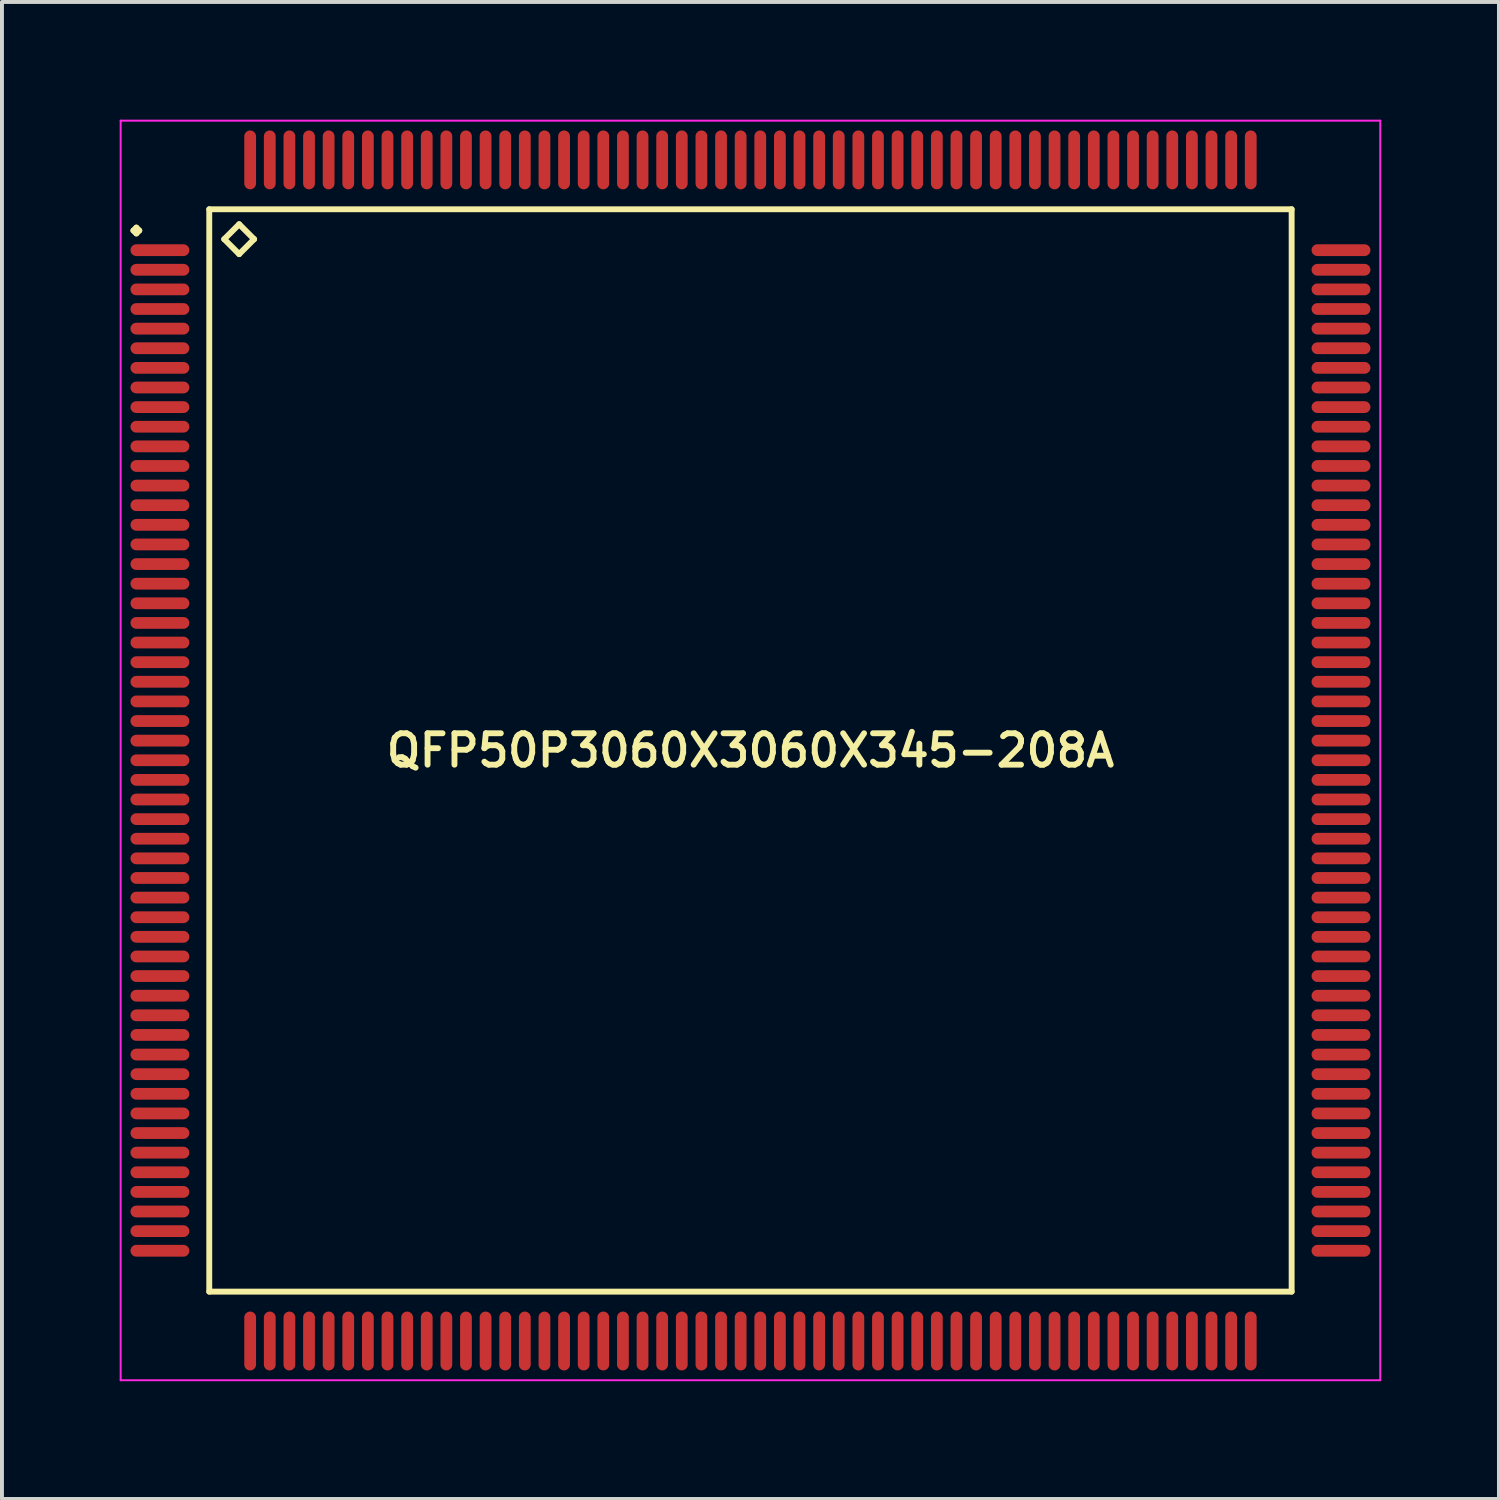
<source format=kicad_pcb>
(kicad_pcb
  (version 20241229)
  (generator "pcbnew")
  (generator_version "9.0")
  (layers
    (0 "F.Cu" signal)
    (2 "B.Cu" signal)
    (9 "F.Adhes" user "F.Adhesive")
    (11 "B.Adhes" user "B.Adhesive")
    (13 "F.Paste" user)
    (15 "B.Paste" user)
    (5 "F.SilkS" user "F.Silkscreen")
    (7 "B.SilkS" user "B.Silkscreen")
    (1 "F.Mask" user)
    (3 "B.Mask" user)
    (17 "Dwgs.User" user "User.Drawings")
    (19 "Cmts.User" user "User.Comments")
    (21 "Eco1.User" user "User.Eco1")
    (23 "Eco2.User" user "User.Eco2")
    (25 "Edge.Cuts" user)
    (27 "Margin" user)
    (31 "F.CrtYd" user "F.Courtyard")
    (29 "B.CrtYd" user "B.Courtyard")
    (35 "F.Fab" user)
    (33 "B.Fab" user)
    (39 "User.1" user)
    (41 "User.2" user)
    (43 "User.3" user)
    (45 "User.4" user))
  (footprint "QFP50P3060X3060X345-208A"
    (layer "F.Cu")
    (at 16.075 16.075)
    (property "Reference" "QFP50P3060X3060X345-208A" (at 0 0 0) (layer "F.SilkS") (effects (font (size 0.8 0.8) (thickness 0.15))))
    (attr smd)
    (fp_line (start -15.725 -13.25) (end -15.65 -13.325) (stroke (width 0.15) (type solid)) (layer "F.SilkS"))
    (fp_line (start -15.65 -13.325) (end -15.575 -13.25) (stroke (width 0.15) (type solid)) (layer "F.SilkS"))
    (fp_line (start -15.65 -13.175) (end -15.725 -13.25) (stroke (width 0.15) (type solid)) (layer "F.SilkS"))
    (fp_line (start -15.575 -13.25) (end -15.65 -13.175) (stroke (width 0.15) (type solid)) (layer "F.SilkS"))
    (fp_line (start -13.792 -13.792) (end -13.792 13.792) (stroke (width 0.15) (type solid)) (layer "F.SilkS"))
    (fp_line (start -13.792 13.792) (end 13.792 13.792) (stroke (width 0.15) (type solid)) (layer "F.SilkS"))
    (fp_line (start -13.411 -13.03) (end -13.03 -13.411) (stroke (width 0.15) (type solid)) (layer "F.SilkS"))
    (fp_line (start -13.03 -13.411) (end -12.649 -13.03) (stroke (width 0.15) (type solid)) (layer "F.SilkS"))
    (fp_line (start -13.03 -12.649) (end -13.411 -13.03) (stroke (width 0.15) (type solid)) (layer "F.SilkS"))
    (fp_line (start -12.649 -13.03) (end -13.03 -12.649) (stroke (width 0.15) (type solid)) (layer "F.SilkS"))
    (fp_line (start 13.792 -13.792) (end -13.792 -13.792) (stroke (width 0.15) (type solid)) (layer "F.SilkS"))
    (fp_line (start 13.792 13.792) (end 13.792 -13.792) (stroke (width 0.15) (type solid)) (layer "F.SilkS"))
    (fp_line (start -16.05 -16.05) (end 16.05 -16.05) (stroke (width 0.05) (type solid)) (layer "F.CrtYd"))
    (fp_line (start -16.05 16.05) (end -16.05 -16.05) (stroke (width 0.05) (type solid)) (layer "F.CrtYd"))
    (fp_line (start 16.05 -16.05) (end 16.05 16.05) (stroke (width 0.05) (type solid)) (layer "F.CrtYd"))
    (fp_line (start 16.05 16.05) (end -16.05 16.05) (stroke (width 0.05) (type solid)) (layer "F.CrtYd"))
    (pad "1" smd oval (at -15.05 -12.75) (size 1.5 0.3) (layers "F.Cu" "F.Mask" "F.Paste"))
    (pad "2" smd oval (at -15.05 -12.25) (size 1.5 0.3) (layers "F.Cu" "F.Mask" "F.Paste"))
    (pad "3" smd oval (at -15.05 -11.75) (size 1.5 0.3) (layers "F.Cu" "F.Mask" "F.Paste"))
    (pad "4" smd oval (at -15.05 -11.25) (size 1.5 0.3) (layers "F.Cu" "F.Mask" "F.Paste"))
    (pad "5" smd oval (at -15.05 -10.75) (size 1.5 0.3) (layers "F.Cu" "F.Mask" "F.Paste"))
    (pad "6" smd oval (at -15.05 -10.25) (size 1.5 0.3) (layers "F.Cu" "F.Mask" "F.Paste"))
    (pad "7" smd oval (at -15.05 -9.75) (size 1.5 0.3) (layers "F.Cu" "F.Mask" "F.Paste"))
    (pad "8" smd oval (at -15.05 -9.25) (size 1.5 0.3) (layers "F.Cu" "F.Mask" "F.Paste"))
    (pad "9" smd oval (at -15.05 -8.75) (size 1.5 0.3) (layers "F.Cu" "F.Mask" "F.Paste"))
    (pad "10" smd oval (at -15.05 -8.25) (size 1.5 0.3) (layers "F.Cu" "F.Mask" "F.Paste"))
    (pad "11" smd oval (at -15.05 -7.75) (size 1.5 0.3) (layers "F.Cu" "F.Mask" "F.Paste"))
    (pad "12" smd oval (at -15.05 -7.25) (size 1.5 0.3) (layers "F.Cu" "F.Mask" "F.Paste"))
    (pad "13" smd oval (at -15.05 -6.75) (size 1.5 0.3) (layers "F.Cu" "F.Mask" "F.Paste"))
    (pad "14" smd oval (at -15.05 -6.25) (size 1.5 0.3) (layers "F.Cu" "F.Mask" "F.Paste"))
    (pad "15" smd oval (at -15.05 -5.75) (size 1.5 0.3) (layers "F.Cu" "F.Mask" "F.Paste"))
    (pad "16" smd oval (at -15.05 -5.25) (size 1.5 0.3) (layers "F.Cu" "F.Mask" "F.Paste"))
    (pad "17" smd oval (at -15.05 -4.75) (size 1.5 0.3) (layers "F.Cu" "F.Mask" "F.Paste"))
    (pad "18" smd oval (at -15.05 -4.25) (size 1.5 0.3) (layers "F.Cu" "F.Mask" "F.Paste"))
    (pad "19" smd oval (at -15.05 -3.75) (size 1.5 0.3) (layers "F.Cu" "F.Mask" "F.Paste"))
    (pad "20" smd oval (at -15.05 -3.25) (size 1.5 0.3) (layers "F.Cu" "F.Mask" "F.Paste"))
    (pad "21" smd oval (at -15.05 -2.75) (size 1.5 0.3) (layers "F.Cu" "F.Mask" "F.Paste"))
    (pad "22" smd oval (at -15.05 -2.25) (size 1.5 0.3) (layers "F.Cu" "F.Mask" "F.Paste"))
    (pad "23" smd oval (at -15.05 -1.75) (size 1.5 0.3) (layers "F.Cu" "F.Mask" "F.Paste"))
    (pad "24" smd oval (at -15.05 -1.25) (size 1.5 0.3) (layers "F.Cu" "F.Mask" "F.Paste"))
    (pad "25" smd oval (at -15.05 -0.75) (size 1.5 0.3) (layers "F.Cu" "F.Mask" "F.Paste"))
    (pad "26" smd oval (at -15.05 -0.25) (size 1.5 0.3) (layers "F.Cu" "F.Mask" "F.Paste"))
    (pad "27" smd oval (at -15.05 0.25) (size 1.5 0.3) (layers "F.Cu" "F.Mask" "F.Paste"))
    (pad "28" smd oval (at -15.05 0.75) (size 1.5 0.3) (layers "F.Cu" "F.Mask" "F.Paste"))
    (pad "29" smd oval (at -15.05 1.25) (size 1.5 0.3) (layers "F.Cu" "F.Mask" "F.Paste"))
    (pad "30" smd oval (at -15.05 1.75) (size 1.5 0.3) (layers "F.Cu" "F.Mask" "F.Paste"))
    (pad "31" smd oval (at -15.05 2.25) (size 1.5 0.3) (layers "F.Cu" "F.Mask" "F.Paste"))
    (pad "32" smd oval (at -15.05 2.75) (size 1.5 0.3) (layers "F.Cu" "F.Mask" "F.Paste"))
    (pad "33" smd oval (at -15.05 3.25) (size 1.5 0.3) (layers "F.Cu" "F.Mask" "F.Paste"))
    (pad "34" smd oval (at -15.05 3.75) (size 1.5 0.3) (layers "F.Cu" "F.Mask" "F.Paste"))
    (pad "35" smd oval (at -15.05 4.25) (size 1.5 0.3) (layers "F.Cu" "F.Mask" "F.Paste"))
    (pad "36" smd oval (at -15.05 4.75) (size 1.5 0.3) (layers "F.Cu" "F.Mask" "F.Paste"))
    (pad "37" smd oval (at -15.05 5.25) (size 1.5 0.3) (layers "F.Cu" "F.Mask" "F.Paste"))
    (pad "38" smd oval (at -15.05 5.75) (size 1.5 0.3) (layers "F.Cu" "F.Mask" "F.Paste"))
    (pad "39" smd oval (at -15.05 6.25) (size 1.5 0.3) (layers "F.Cu" "F.Mask" "F.Paste"))
    (pad "40" smd oval (at -15.05 6.75) (size 1.5 0.3) (layers "F.Cu" "F.Mask" "F.Paste"))
    (pad "41" smd oval (at -15.05 7.25) (size 1.5 0.3) (layers "F.Cu" "F.Mask" "F.Paste"))
    (pad "42" smd oval (at -15.05 7.75) (size 1.5 0.3) (layers "F.Cu" "F.Mask" "F.Paste"))
    (pad "43" smd oval (at -15.05 8.25) (size 1.5 0.3) (layers "F.Cu" "F.Mask" "F.Paste"))
    (pad "44" smd oval (at -15.05 8.75) (size 1.5 0.3) (layers "F.Cu" "F.Mask" "F.Paste"))
    (pad "45" smd oval (at -15.05 9.25) (size 1.5 0.3) (layers "F.Cu" "F.Mask" "F.Paste"))
    (pad "46" smd oval (at -15.05 9.75) (size 1.5 0.3) (layers "F.Cu" "F.Mask" "F.Paste"))
    (pad "47" smd oval (at -15.05 10.25) (size 1.5 0.3) (layers "F.Cu" "F.Mask" "F.Paste"))
    (pad "48" smd oval (at -15.05 10.75) (size 1.5 0.3) (layers "F.Cu" "F.Mask" "F.Paste"))
    (pad "49" smd oval (at -15.05 11.25) (size 1.5 0.3) (layers "F.Cu" "F.Mask" "F.Paste"))
    (pad "50" smd oval (at -15.05 11.75) (size 1.5 0.3) (layers "F.Cu" "F.Mask" "F.Paste"))
    (pad "51" smd oval (at -15.05 12.25) (size 1.5 0.3) (layers "F.Cu" "F.Mask" "F.Paste"))
    (pad "52" smd oval (at -15.05 12.75) (size 1.5 0.3) (layers "F.Cu" "F.Mask" "F.Paste"))
    (pad "53" smd oval (at -12.75 15.05) (size 0.3 1.5) (layers "F.Cu" "F.Mask" "F.Paste"))
    (pad "54" smd oval (at -12.25 15.05) (size 0.3 1.5) (layers "F.Cu" "F.Mask" "F.Paste"))
    (pad "55" smd oval (at -11.75 15.05) (size 0.3 1.5) (layers "F.Cu" "F.Mask" "F.Paste"))
    (pad "56" smd oval (at -11.25 15.05) (size 0.3 1.5) (layers "F.Cu" "F.Mask" "F.Paste"))
    (pad "57" smd oval (at -10.75 15.05) (size 0.3 1.5) (layers "F.Cu" "F.Mask" "F.Paste"))
    (pad "58" smd oval (at -10.25 15.05) (size 0.3 1.5) (layers "F.Cu" "F.Mask" "F.Paste"))
    (pad "59" smd oval (at -9.75 15.05) (size 0.3 1.5) (layers "F.Cu" "F.Mask" "F.Paste"))
    (pad "60" smd oval (at -9.25 15.05) (size 0.3 1.5) (layers "F.Cu" "F.Mask" "F.Paste"))
    (pad "61" smd oval (at -8.75 15.05) (size 0.3 1.5) (layers "F.Cu" "F.Mask" "F.Paste"))
    (pad "62" smd oval (at -8.25 15.05) (size 0.3 1.5) (layers "F.Cu" "F.Mask" "F.Paste"))
    (pad "63" smd oval (at -7.75 15.05) (size 0.3 1.5) (layers "F.Cu" "F.Mask" "F.Paste"))
    (pad "64" smd oval (at -7.25 15.05) (size 0.3 1.5) (layers "F.Cu" "F.Mask" "F.Paste"))
    (pad "65" smd oval (at -6.75 15.05) (size 0.3 1.5) (layers "F.Cu" "F.Mask" "F.Paste"))
    (pad "66" smd oval (at -6.25 15.05) (size 0.3 1.5) (layers "F.Cu" "F.Mask" "F.Paste"))
    (pad "67" smd oval (at -5.75 15.05) (size 0.3 1.5) (layers "F.Cu" "F.Mask" "F.Paste"))
    (pad "68" smd oval (at -5.25 15.05) (size 0.3 1.5) (layers "F.Cu" "F.Mask" "F.Paste"))
    (pad "69" smd oval (at -4.75 15.05) (size 0.3 1.5) (layers "F.Cu" "F.Mask" "F.Paste"))
    (pad "70" smd oval (at -4.25 15.05) (size 0.3 1.5) (layers "F.Cu" "F.Mask" "F.Paste"))
    (pad "71" smd oval (at -3.75 15.05) (size 0.3 1.5) (layers "F.Cu" "F.Mask" "F.Paste"))
    (pad "72" smd oval (at -3.25 15.05) (size 0.3 1.5) (layers "F.Cu" "F.Mask" "F.Paste"))
    (pad "73" smd oval (at -2.75 15.05) (size 0.3 1.5) (layers "F.Cu" "F.Mask" "F.Paste"))
    (pad "74" smd oval (at -2.25 15.05) (size 0.3 1.5) (layers "F.Cu" "F.Mask" "F.Paste"))
    (pad "75" smd oval (at -1.75 15.05) (size 0.3 1.5) (layers "F.Cu" "F.Mask" "F.Paste"))
    (pad "76" smd oval (at -1.25 15.05) (size 0.3 1.5) (layers "F.Cu" "F.Mask" "F.Paste"))
    (pad "77" smd oval (at -0.75 15.05) (size 0.3 1.5) (layers "F.Cu" "F.Mask" "F.Paste"))
    (pad "78" smd oval (at -0.25 15.05) (size 0.3 1.5) (layers "F.Cu" "F.Mask" "F.Paste"))
    (pad "79" smd oval (at 0.25 15.05) (size 0.3 1.5) (layers "F.Cu" "F.Mask" "F.Paste"))
    (pad "80" smd oval (at 0.75 15.05) (size 0.3 1.5) (layers "F.Cu" "F.Mask" "F.Paste"))
    (pad "81" smd oval (at 1.25 15.05) (size 0.3 1.5) (layers "F.Cu" "F.Mask" "F.Paste"))
    (pad "82" smd oval (at 1.75 15.05) (size 0.3 1.5) (layers "F.Cu" "F.Mask" "F.Paste"))
    (pad "83" smd oval (at 2.25 15.05) (size 0.3 1.5) (layers "F.Cu" "F.Mask" "F.Paste"))
    (pad "84" smd oval (at 2.75 15.05) (size 0.3 1.5) (layers "F.Cu" "F.Mask" "F.Paste"))
    (pad "85" smd oval (at 3.25 15.05) (size 0.3 1.5) (layers "F.Cu" "F.Mask" "F.Paste"))
    (pad "86" smd oval (at 3.75 15.05) (size 0.3 1.5) (layers "F.Cu" "F.Mask" "F.Paste"))
    (pad "87" smd oval (at 4.25 15.05) (size 0.3 1.5) (layers "F.Cu" "F.Mask" "F.Paste"))
    (pad "88" smd oval (at 4.75 15.05) (size 0.3 1.5) (layers "F.Cu" "F.Mask" "F.Paste"))
    (pad "89" smd oval (at 5.25 15.05) (size 0.3 1.5) (layers "F.Cu" "F.Mask" "F.Paste"))
    (pad "90" smd oval (at 5.75 15.05) (size 0.3 1.5) (layers "F.Cu" "F.Mask" "F.Paste"))
    (pad "91" smd oval (at 6.25 15.05) (size 0.3 1.5) (layers "F.Cu" "F.Mask" "F.Paste"))
    (pad "92" smd oval (at 6.75 15.05) (size 0.3 1.5) (layers "F.Cu" "F.Mask" "F.Paste"))
    (pad "93" smd oval (at 7.25 15.05) (size 0.3 1.5) (layers "F.Cu" "F.Mask" "F.Paste"))
    (pad "94" smd oval (at 7.75 15.05) (size 0.3 1.5) (layers "F.Cu" "F.Mask" "F.Paste"))
    (pad "95" smd oval (at 8.25 15.05) (size 0.3 1.5) (layers "F.Cu" "F.Mask" "F.Paste"))
    (pad "96" smd oval (at 8.75 15.05) (size 0.3 1.5) (layers "F.Cu" "F.Mask" "F.Paste"))
    (pad "97" smd oval (at 9.25 15.05) (size 0.3 1.5) (layers "F.Cu" "F.Mask" "F.Paste"))
    (pad "98" smd oval (at 9.75 15.05) (size 0.3 1.5) (layers "F.Cu" "F.Mask" "F.Paste"))
    (pad "99" smd oval (at 10.25 15.05) (size 0.3 1.5) (layers "F.Cu" "F.Mask" "F.Paste"))
    (pad "100" smd oval (at 10.75 15.05) (size 0.3 1.5) (layers "F.Cu" "F.Mask" "F.Paste"))
    (pad "101" smd oval (at 11.25 15.05) (size 0.3 1.5) (layers "F.Cu" "F.Mask" "F.Paste"))
    (pad "102" smd oval (at 11.75 15.05) (size 0.3 1.5) (layers "F.Cu" "F.Mask" "F.Paste"))
    (pad "103" smd oval (at 12.25 15.05) (size 0.3 1.5) (layers "F.Cu" "F.Mask" "F.Paste"))
    (pad "104" smd oval (at 12.75 15.05) (size 0.3 1.5) (layers "F.Cu" "F.Mask" "F.Paste"))
    (pad "105" smd oval (at 15.05 12.75) (size 1.5 0.3) (layers "F.Cu" "F.Mask" "F.Paste"))
    (pad "106" smd oval (at 15.05 12.25) (size 1.5 0.3) (layers "F.Cu" "F.Mask" "F.Paste"))
    (pad "107" smd oval (at 15.05 11.75) (size 1.5 0.3) (layers "F.Cu" "F.Mask" "F.Paste"))
    (pad "108" smd oval (at 15.05 11.25) (size 1.5 0.3) (layers "F.Cu" "F.Mask" "F.Paste"))
    (pad "109" smd oval (at 15.05 10.75) (size 1.5 0.3) (layers "F.Cu" "F.Mask" "F.Paste"))
    (pad "110" smd oval (at 15.05 10.25) (size 1.5 0.3) (layers "F.Cu" "F.Mask" "F.Paste"))
    (pad "111" smd oval (at 15.05 9.75) (size 1.5 0.3) (layers "F.Cu" "F.Mask" "F.Paste"))
    (pad "112" smd oval (at 15.05 9.25) (size 1.5 0.3) (layers "F.Cu" "F.Mask" "F.Paste"))
    (pad "113" smd oval (at 15.05 8.75) (size 1.5 0.3) (layers "F.Cu" "F.Mask" "F.Paste"))
    (pad "114" smd oval (at 15.05 8.25) (size 1.5 0.3) (layers "F.Cu" "F.Mask" "F.Paste"))
    (pad "115" smd oval (at 15.05 7.75) (size 1.5 0.3) (layers "F.Cu" "F.Mask" "F.Paste"))
    (pad "116" smd oval (at 15.05 7.25) (size 1.5 0.3) (layers "F.Cu" "F.Mask" "F.Paste"))
    (pad "117" smd oval (at 15.05 6.75) (size 1.5 0.3) (layers "F.Cu" "F.Mask" "F.Paste"))
    (pad "118" smd oval (at 15.05 6.25) (size 1.5 0.3) (layers "F.Cu" "F.Mask" "F.Paste"))
    (pad "119" smd oval (at 15.05 5.75) (size 1.5 0.3) (layers "F.Cu" "F.Mask" "F.Paste"))
    (pad "120" smd oval (at 15.05 5.25) (size 1.5 0.3) (layers "F.Cu" "F.Mask" "F.Paste"))
    (pad "121" smd oval (at 15.05 4.75) (size 1.5 0.3) (layers "F.Cu" "F.Mask" "F.Paste"))
    (pad "122" smd oval (at 15.05 4.25) (size 1.5 0.3) (layers "F.Cu" "F.Mask" "F.Paste"))
    (pad "123" smd oval (at 15.05 3.75) (size 1.5 0.3) (layers "F.Cu" "F.Mask" "F.Paste"))
    (pad "124" smd oval (at 15.05 3.25) (size 1.5 0.3) (layers "F.Cu" "F.Mask" "F.Paste"))
    (pad "125" smd oval (at 15.05 2.75) (size 1.5 0.3) (layers "F.Cu" "F.Mask" "F.Paste"))
    (pad "126" smd oval (at 15.05 2.25) (size 1.5 0.3) (layers "F.Cu" "F.Mask" "F.Paste"))
    (pad "127" smd oval (at 15.05 1.75) (size 1.5 0.3) (layers "F.Cu" "F.Mask" "F.Paste"))
    (pad "128" smd oval (at 15.05 1.25) (size 1.5 0.3) (layers "F.Cu" "F.Mask" "F.Paste"))
    (pad "129" smd oval (at 15.05 0.75) (size 1.5 0.3) (layers "F.Cu" "F.Mask" "F.Paste"))
    (pad "130" smd oval (at 15.05 0.25) (size 1.5 0.3) (layers "F.Cu" "F.Mask" "F.Paste"))
    (pad "131" smd oval (at 15.05 -0.25) (size 1.5 0.3) (layers "F.Cu" "F.Mask" "F.Paste"))
    (pad "132" smd oval (at 15.05 -0.75) (size 1.5 0.3) (layers "F.Cu" "F.Mask" "F.Paste"))
    (pad "133" smd oval (at 15.05 -1.25) (size 1.5 0.3) (layers "F.Cu" "F.Mask" "F.Paste"))
    (pad "134" smd oval (at 15.05 -1.75) (size 1.5 0.3) (layers "F.Cu" "F.Mask" "F.Paste"))
    (pad "135" smd oval (at 15.05 -2.25) (size 1.5 0.3) (layers "F.Cu" "F.Mask" "F.Paste"))
    (pad "136" smd oval (at 15.05 -2.75) (size 1.5 0.3) (layers "F.Cu" "F.Mask" "F.Paste"))
    (pad "137" smd oval (at 15.05 -3.25) (size 1.5 0.3) (layers "F.Cu" "F.Mask" "F.Paste"))
    (pad "138" smd oval (at 15.05 -3.75) (size 1.5 0.3) (layers "F.Cu" "F.Mask" "F.Paste"))
    (pad "139" smd oval (at 15.05 -4.25) (size 1.5 0.3) (layers "F.Cu" "F.Mask" "F.Paste"))
    (pad "140" smd oval (at 15.05 -4.75) (size 1.5 0.3) (layers "F.Cu" "F.Mask" "F.Paste"))
    (pad "141" smd oval (at 15.05 -5.25) (size 1.5 0.3) (layers "F.Cu" "F.Mask" "F.Paste"))
    (pad "142" smd oval (at 15.05 -5.75) (size 1.5 0.3) (layers "F.Cu" "F.Mask" "F.Paste"))
    (pad "143" smd oval (at 15.05 -6.25) (size 1.5 0.3) (layers "F.Cu" "F.Mask" "F.Paste"))
    (pad "144" smd oval (at 15.05 -6.75) (size 1.5 0.3) (layers "F.Cu" "F.Mask" "F.Paste"))
    (pad "145" smd oval (at 15.05 -7.25) (size 1.5 0.3) (layers "F.Cu" "F.Mask" "F.Paste"))
    (pad "146" smd oval (at 15.05 -7.75) (size 1.5 0.3) (layers "F.Cu" "F.Mask" "F.Paste"))
    (pad "147" smd oval (at 15.05 -8.25) (size 1.5 0.3) (layers "F.Cu" "F.Mask" "F.Paste"))
    (pad "148" smd oval (at 15.05 -8.75) (size 1.5 0.3) (layers "F.Cu" "F.Mask" "F.Paste"))
    (pad "149" smd oval (at 15.05 -9.25) (size 1.5 0.3) (layers "F.Cu" "F.Mask" "F.Paste"))
    (pad "150" smd oval (at 15.05 -9.75) (size 1.5 0.3) (layers "F.Cu" "F.Mask" "F.Paste"))
    (pad "151" smd oval (at 15.05 -10.25) (size 1.5 0.3) (layers "F.Cu" "F.Mask" "F.Paste"))
    (pad "152" smd oval (at 15.05 -10.75) (size 1.5 0.3) (layers "F.Cu" "F.Mask" "F.Paste"))
    (pad "153" smd oval (at 15.05 -11.25) (size 1.5 0.3) (layers "F.Cu" "F.Mask" "F.Paste"))
    (pad "154" smd oval (at 15.05 -11.75) (size 1.5 0.3) (layers "F.Cu" "F.Mask" "F.Paste"))
    (pad "155" smd oval (at 15.05 -12.25) (size 1.5 0.3) (layers "F.Cu" "F.Mask" "F.Paste"))
    (pad "156" smd oval (at 15.05 -12.75) (size 1.5 0.3) (layers "F.Cu" "F.Mask" "F.Paste"))
    (pad "157" smd oval (at 12.75 -15.05) (size 0.3 1.5) (layers "F.Cu" "F.Mask" "F.Paste"))
    (pad "158" smd oval (at 12.25 -15.05) (size 0.3 1.5) (layers "F.Cu" "F.Mask" "F.Paste"))
    (pad "159" smd oval (at 11.75 -15.05) (size 0.3 1.5) (layers "F.Cu" "F.Mask" "F.Paste"))
    (pad "160" smd oval (at 11.25 -15.05) (size 0.3 1.5) (layers "F.Cu" "F.Mask" "F.Paste"))
    (pad "161" smd oval (at 10.75 -15.05) (size 0.3 1.5) (layers "F.Cu" "F.Mask" "F.Paste"))
    (pad "162" smd oval (at 10.25 -15.05) (size 0.3 1.5) (layers "F.Cu" "F.Mask" "F.Paste"))
    (pad "163" smd oval (at 9.75 -15.05) (size 0.3 1.5) (layers "F.Cu" "F.Mask" "F.Paste"))
    (pad "164" smd oval (at 9.25 -15.05) (size 0.3 1.5) (layers "F.Cu" "F.Mask" "F.Paste"))
    (pad "165" smd oval (at 8.75 -15.05) (size 0.3 1.5) (layers "F.Cu" "F.Mask" "F.Paste"))
    (pad "166" smd oval (at 8.25 -15.05) (size 0.3 1.5) (layers "F.Cu" "F.Mask" "F.Paste"))
    (pad "167" smd oval (at 7.75 -15.05) (size 0.3 1.5) (layers "F.Cu" "F.Mask" "F.Paste"))
    (pad "168" smd oval (at 7.25 -15.05) (size 0.3 1.5) (layers "F.Cu" "F.Mask" "F.Paste"))
    (pad "169" smd oval (at 6.75 -15.05) (size 0.3 1.5) (layers "F.Cu" "F.Mask" "F.Paste"))
    (pad "170" smd oval (at 6.25 -15.05) (size 0.3 1.5) (layers "F.Cu" "F.Mask" "F.Paste"))
    (pad "171" smd oval (at 5.75 -15.05) (size 0.3 1.5) (layers "F.Cu" "F.Mask" "F.Paste"))
    (pad "172" smd oval (at 5.25 -15.05) (size 0.3 1.5) (layers "F.Cu" "F.Mask" "F.Paste"))
    (pad "173" smd oval (at 4.75 -15.05) (size 0.3 1.5) (layers "F.Cu" "F.Mask" "F.Paste"))
    (pad "174" smd oval (at 4.25 -15.05) (size 0.3 1.5) (layers "F.Cu" "F.Mask" "F.Paste"))
    (pad "175" smd oval (at 3.75 -15.05) (size 0.3 1.5) (layers "F.Cu" "F.Mask" "F.Paste"))
    (pad "176" smd oval (at 3.25 -15.05) (size 0.3 1.5) (layers "F.Cu" "F.Mask" "F.Paste"))
    (pad "177" smd oval (at 2.75 -15.05) (size 0.3 1.5) (layers "F.Cu" "F.Mask" "F.Paste"))
    (pad "178" smd oval (at 2.25 -15.05) (size 0.3 1.5) (layers "F.Cu" "F.Mask" "F.Paste"))
    (pad "179" smd oval (at 1.75 -15.05) (size 0.3 1.5) (layers "F.Cu" "F.Mask" "F.Paste"))
    (pad "180" smd oval (at 1.25 -15.05) (size 0.3 1.5) (layers "F.Cu" "F.Mask" "F.Paste"))
    (pad "181" smd oval (at 0.75 -15.05) (size 0.3 1.5) (layers "F.Cu" "F.Mask" "F.Paste"))
    (pad "182" smd oval (at 0.25 -15.05) (size 0.3 1.5) (layers "F.Cu" "F.Mask" "F.Paste"))
    (pad "183" smd oval (at -0.25 -15.05) (size 0.3 1.5) (layers "F.Cu" "F.Mask" "F.Paste"))
    (pad "184" smd oval (at -0.75 -15.05) (size 0.3 1.5) (layers "F.Cu" "F.Mask" "F.Paste"))
    (pad "185" smd oval (at -1.25 -15.05) (size 0.3 1.5) (layers "F.Cu" "F.Mask" "F.Paste"))
    (pad "186" smd oval (at -1.75 -15.05) (size 0.3 1.5) (layers "F.Cu" "F.Mask" "F.Paste"))
    (pad "187" smd oval (at -2.25 -15.05) (size 0.3 1.5) (layers "F.Cu" "F.Mask" "F.Paste"))
    (pad "188" smd oval (at -2.75 -15.05) (size 0.3 1.5) (layers "F.Cu" "F.Mask" "F.Paste"))
    (pad "189" smd oval (at -3.25 -15.05) (size 0.3 1.5) (layers "F.Cu" "F.Mask" "F.Paste"))
    (pad "190" smd oval (at -3.75 -15.05) (size 0.3 1.5) (layers "F.Cu" "F.Mask" "F.Paste"))
    (pad "191" smd oval (at -4.25 -15.05) (size 0.3 1.5) (layers "F.Cu" "F.Mask" "F.Paste"))
    (pad "192" smd oval (at -4.75 -15.05) (size 0.3 1.5) (layers "F.Cu" "F.Mask" "F.Paste"))
    (pad "193" smd oval (at -5.25 -15.05) (size 0.3 1.5) (layers "F.Cu" "F.Mask" "F.Paste"))
    (pad "194" smd oval (at -5.75 -15.05) (size 0.3 1.5) (layers "F.Cu" "F.Mask" "F.Paste"))
    (pad "195" smd oval (at -6.25 -15.05) (size 0.3 1.5) (layers "F.Cu" "F.Mask" "F.Paste"))
    (pad "196" smd oval (at -6.75 -15.05) (size 0.3 1.5) (layers "F.Cu" "F.Mask" "F.Paste"))
    (pad "197" smd oval (at -7.25 -15.05) (size 0.3 1.5) (layers "F.Cu" "F.Mask" "F.Paste"))
    (pad "198" smd oval (at -7.75 -15.05) (size 0.3 1.5) (layers "F.Cu" "F.Mask" "F.Paste"))
    (pad "199" smd oval (at -8.25 -15.05) (size 0.3 1.5) (layers "F.Cu" "F.Mask" "F.Paste"))
    (pad "200" smd oval (at -8.75 -15.05) (size 0.3 1.5) (layers "F.Cu" "F.Mask" "F.Paste"))
    (pad "201" smd oval (at -9.25 -15.05) (size 0.3 1.5) (layers "F.Cu" "F.Mask" "F.Paste"))
    (pad "202" smd oval (at -9.75 -15.05) (size 0.3 1.5) (layers "F.Cu" "F.Mask" "F.Paste"))
    (pad "203" smd oval (at -10.25 -15.05) (size 0.3 1.5) (layers "F.Cu" "F.Mask" "F.Paste"))
    (pad "204" smd oval (at -10.75 -15.05) (size 0.3 1.5) (layers "F.Cu" "F.Mask" "F.Paste"))
    (pad "205" smd oval (at -11.25 -15.05) (size 0.3 1.5) (layers "F.Cu" "F.Mask" "F.Paste"))
    (pad "206" smd oval (at -11.75 -15.05) (size 0.3 1.5) (layers "F.Cu" "F.Mask" "F.Paste"))
    (pad "207" smd oval (at -12.25 -15.05) (size 0.3 1.5) (layers "F.Cu" "F.Mask" "F.Paste"))
    (pad "208" smd oval (at -12.75 -15.05) (size 0.3 1.5) (layers "F.Cu" "F.Mask" "F.Paste")))
  (gr_rect
    (start -3 -3)
    (end 35.15 35.15)
    (stroke (width 0.1) (type default))
    (fill no)
    (layer "Edge.Cuts")))
</source>
